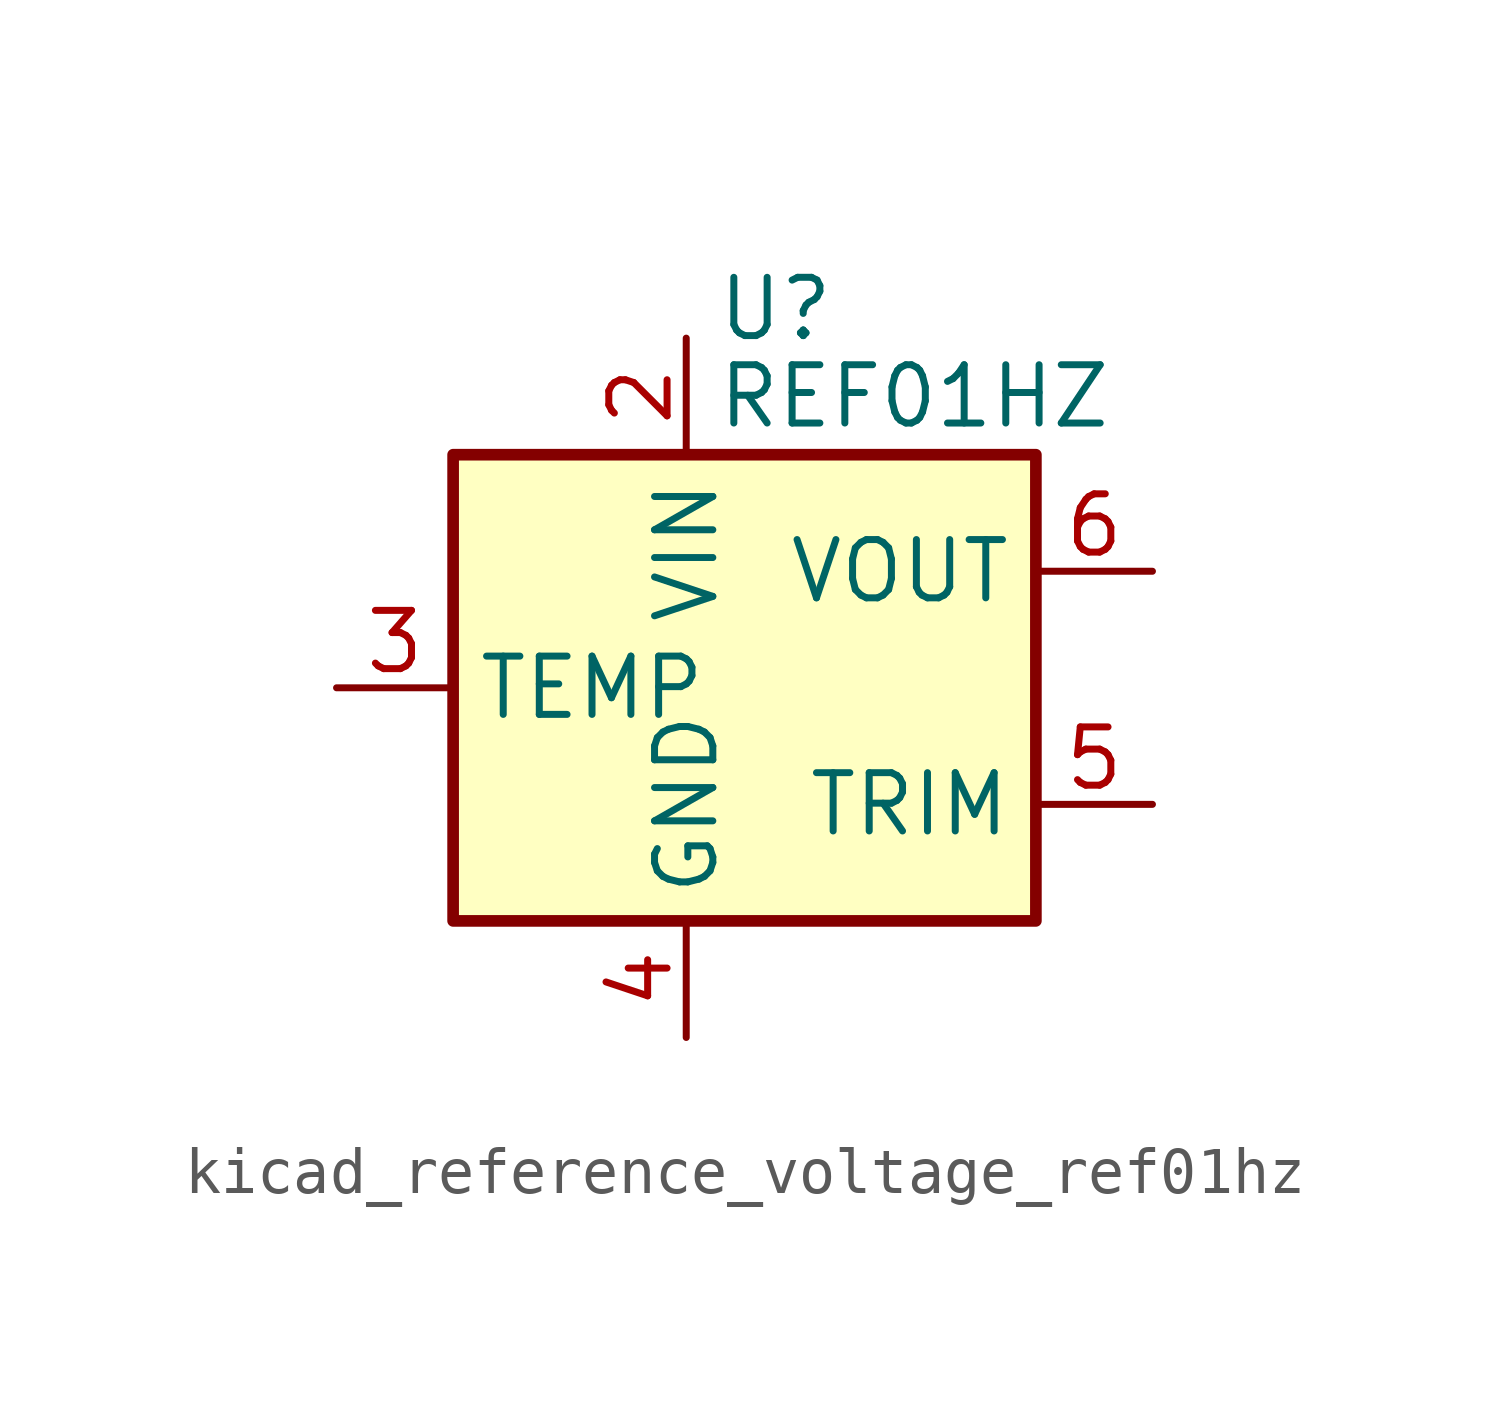
<source format=kicad_sym>
(kicad_symbol_lib
  (version 20220914)
  (generator kicad_symbol_editor)
  (symbol "kicad_reference_voltage_ref01hz"
    (property "Reference" "U"
      (at 0.635 8.255 0)
      (effects (font (size 1.27 1.27)) (justify left)))
    (property "Value" "REF01HZ"
      (at 0.635 6.35 0)
      (effects (font (size 1.27 1.27)) (justify left)))
    (symbol "kicad_reference_voltage_ref01hz_0_1"
      (rectangle (start -5.08 5.08) (end 7.62 -5.08) (stroke (width 0.254) (type default)) (fill (type background))))
    (symbol "kicad_reference_voltage_ref01hz_1_1"
      (pin no_connect line (at 2.54 -5.08 90) (length 2.54) hide (name "NC" (effects (font (size 1.27 1.27)))) (number "1" (effects (font (size 1.27 1.27)))))
      (pin power_in line (at 0 7.62 270) (length 2.54) (name "VIN" (effects (font (size 1.27 1.27)))) (number "2" (effects (font (size 1.27 1.27)))))
      (pin passive line (at -7.62 0 0) (length 2.54) (name "TEMP" (effects (font (size 1.27 1.27)))) (number "3" (effects (font (size 1.27 1.27)))))
      (pin power_in line (at 0 -7.62 90) (length 2.54) (name "GND" (effects (font (size 1.27 1.27)))) (number "4" (effects (font (size 1.27 1.27)))))
      (pin passive line (at 10.16 -2.54 180) (length 2.54) (name "TRIM" (effects (font (size 1.27 1.27)))) (number "5" (effects (font (size 1.27 1.27)))))
      (pin power_out line (at 10.16 2.54 180) (length 2.54) (name "VOUT" (effects (font (size 1.27 1.27)))) (number "6" (effects (font (size 1.27 1.27)))))
      (pin no_connect line (at -2.54 -5.08 90) (length 2.54) hide (name "NC" (effects (font (size 1.27 1.27)))) (number "7" (effects (font (size 1.27 1.27)))))
      (pin no_connect line (at 7.62 0 180) (length 2.54) hide (name "NC" (effects (font (size 1.27 1.27)))) (number "8" (effects (font (size 1.27 1.27))))))))
</source>
